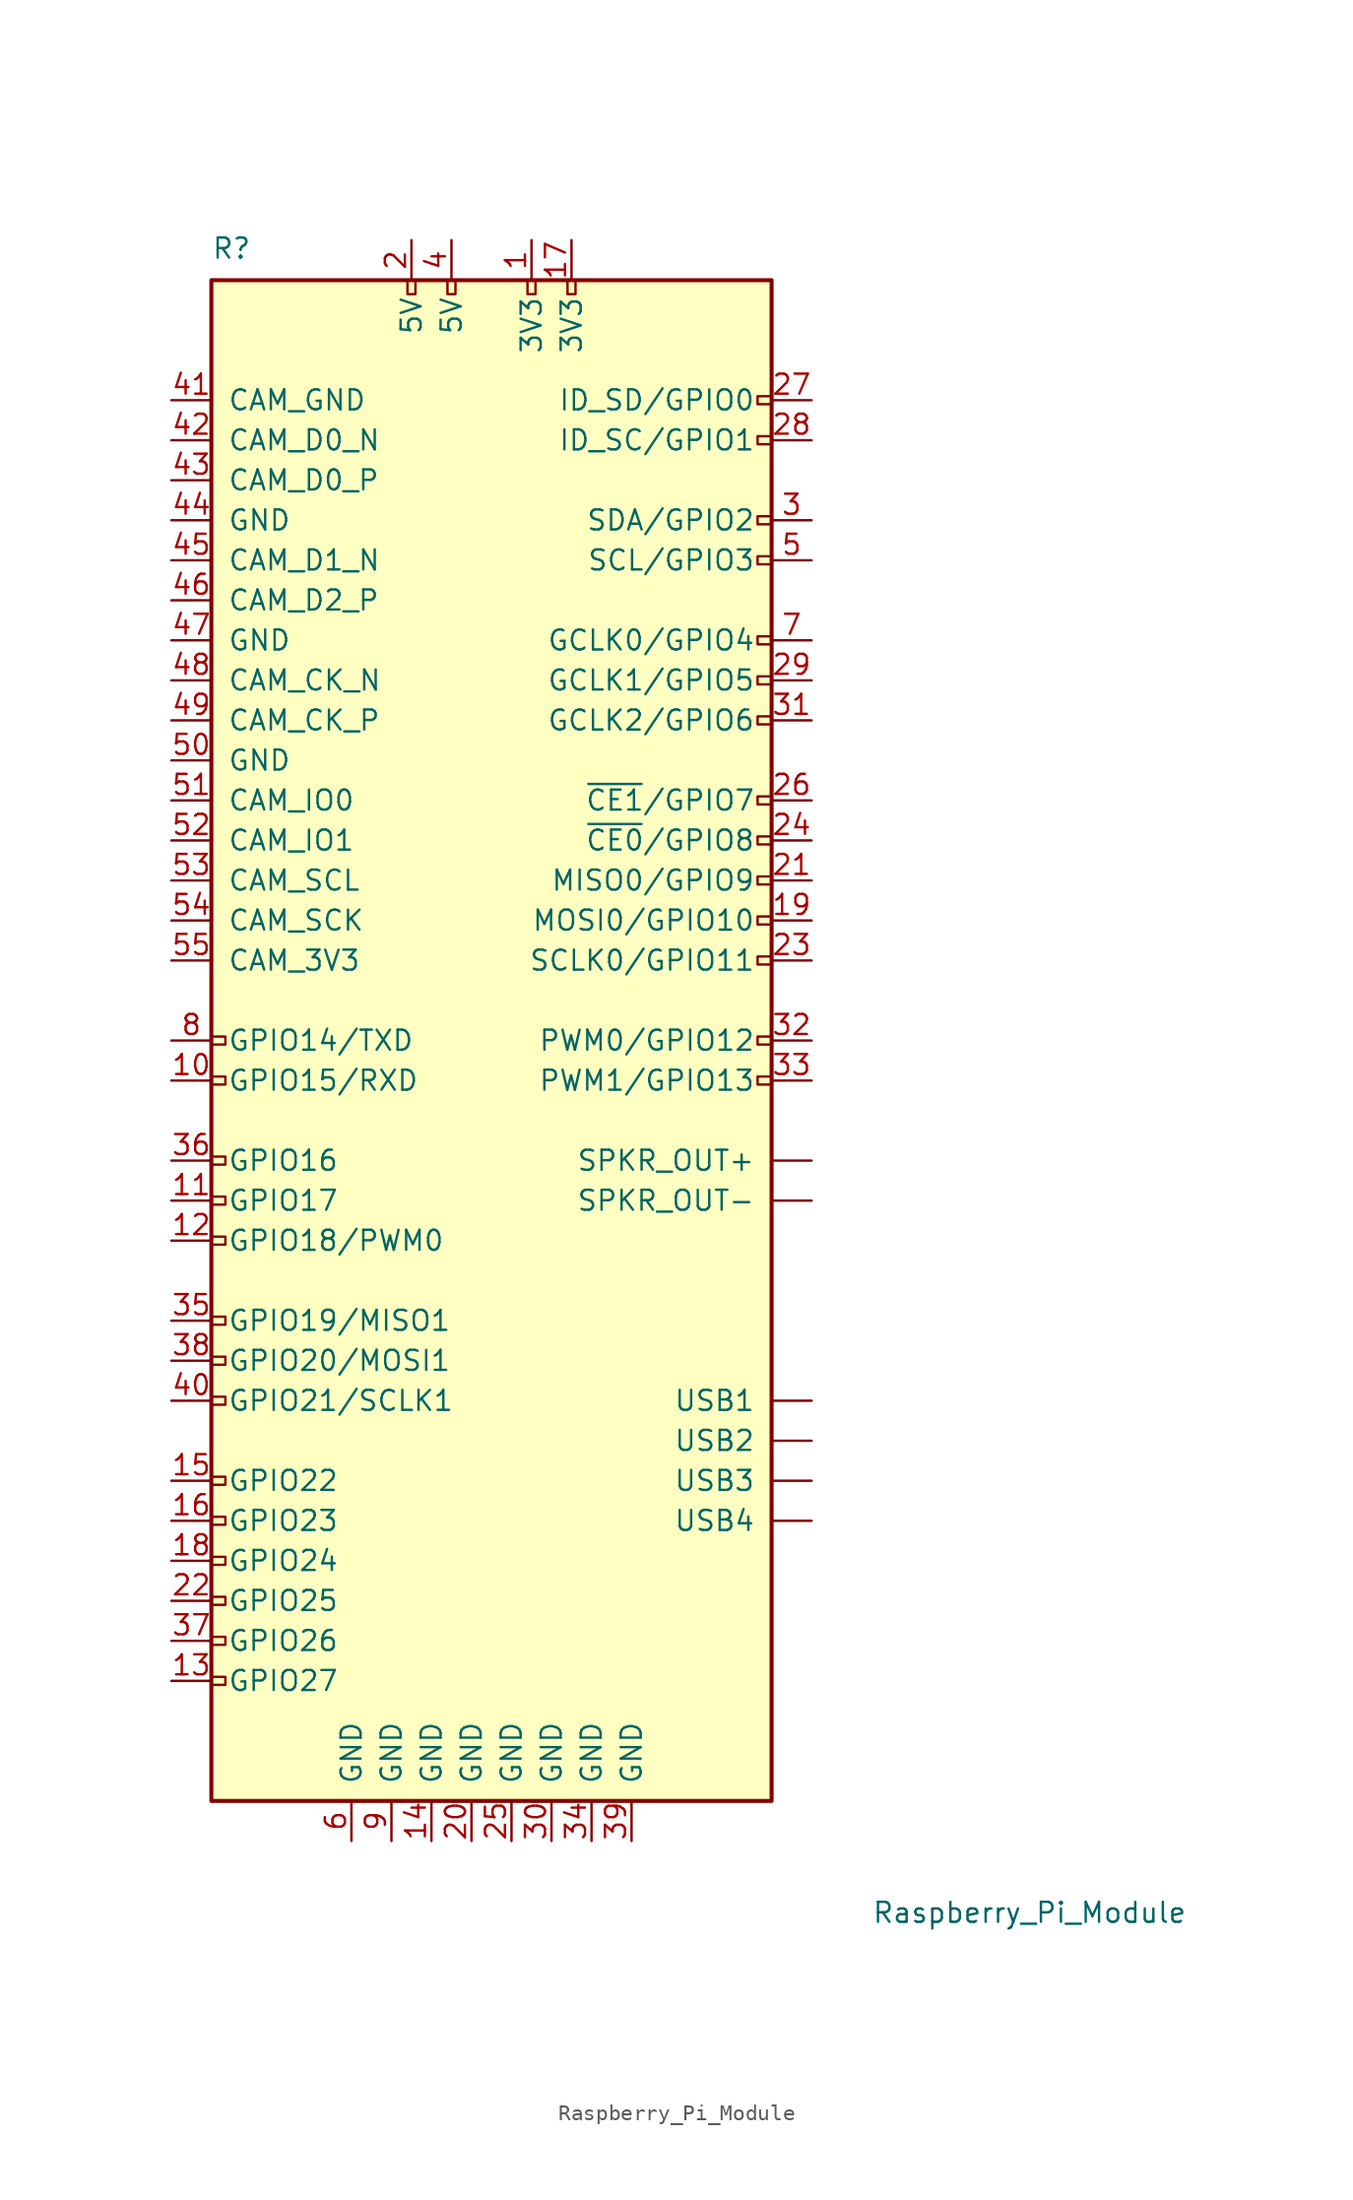
<source format=kicad_sym>
(kicad_symbol_lib
  (version 20211014)
  (generator kicad_symbol_editor)
  (symbol "Raspberry_Pi_Module"
    (pin_names
      (offset 1.016))
    (property "Reference" "R"
      (at -17.78 52.07 0)
      (effects (font (size 1.27 1.27)) (justify left bottom)))
    (property "Value" "Raspberry_Pi_Module"
      (at 24.13 -52.07 0)
      (effects (font (size 1.27 1.27)) (justify left top)))
    (symbol "Raspberry_Pi_Module_0_1"
      (rectangle (start -17.78 50.8) (end 17.78 -45.72) (stroke (width 0.254) (type default) (color 0 0 0 0)) (fill (type background))))
    (symbol "Raspberry_Pi_Module_1_1"
      (rectangle (start -16.891 -37.846) (end -17.78 -38.354) (stroke (width 0) (type default) (color 0 0 0 0)) (fill (type none)))
      (rectangle (start -16.891 -35.306) (end -17.78 -35.814) (stroke (width 0) (type default) (color 0 0 0 0)) (fill (type none)))
      (rectangle (start -16.891 -32.766) (end -17.78 -33.274) (stroke (width 0) (type default) (color 0 0 0 0)) (fill (type none)))
      (rectangle (start -16.891 -30.226) (end -17.78 -30.734) (stroke (width 0) (type default) (color 0 0 0 0)) (fill (type none)))
      (rectangle (start -16.891 -27.686) (end -17.78 -28.194) (stroke (width 0) (type default) (color 0 0 0 0)) (fill (type none)))
      (rectangle (start -16.891 -25.146) (end -17.78 -25.654) (stroke (width 0) (type default) (color 0 0 0 0)) (fill (type none)))
      (rectangle (start -16.891 -20.066) (end -17.78 -20.574) (stroke (width 0) (type default) (color 0 0 0 0)) (fill (type none)))
      (rectangle (start -16.891 -17.526) (end -17.78 -18.034) (stroke (width 0) (type default) (color 0 0 0 0)) (fill (type none)))
      (rectangle (start -16.891 -14.986) (end -17.78 -15.494) (stroke (width 0) (type default) (color 0 0 0 0)) (fill (type none)))
      (rectangle (start -16.891 -9.906) (end -17.78 -10.414) (stroke (width 0) (type default) (color 0 0 0 0)) (fill (type none)))
      (rectangle (start -16.891 -7.366) (end -17.78 -7.874) (stroke (width 0) (type default) (color 0 0 0 0)) (fill (type none)))
      (rectangle (start -16.891 -4.826) (end -17.78 -5.334) (stroke (width 0) (type default) (color 0 0 0 0)) (fill (type none)))
      (rectangle (start -16.891 0.254) (end -17.78 -0.254) (stroke (width 0) (type default) (color 0 0 0 0)) (fill (type none)))
      (rectangle (start -16.891 2.794) (end -17.78 2.286) (stroke (width 0) (type default) (color 0 0 0 0)) (fill (type none)))
      (rectangle (start -5.334 50.8) (end -4.826 49.911) (stroke (width 0) (type default) (color 0 0 0 0)) (fill (type none)))
      (rectangle (start -2.794 50.8) (end -2.286 49.911) (stroke (width 0) (type default) (color 0 0 0 0)) (fill (type none)))
      (rectangle (start 2.286 50.8) (end 2.794 49.911) (stroke (width 0) (type default) (color 0 0 0 0)) (fill (type none)))
      (rectangle (start 4.826 50.8) (end 5.334 49.911) (stroke (width 0) (type default) (color 0 0 0 0)) (fill (type none)))
      (rectangle (start 17.78 0.254) (end 16.891 -0.254) (stroke (width 0) (type default) (color 0 0 0 0)) (fill (type none)))
      (rectangle (start 17.78 2.794) (end 16.891 2.286) (stroke (width 0) (type default) (color 0 0 0 0)) (fill (type none)))
      (rectangle (start 17.78 7.874) (end 16.891 7.366) (stroke (width 0) (type default) (color 0 0 0 0)) (fill (type none)))
      (rectangle (start 17.78 10.414) (end 16.891 9.906) (stroke (width 0) (type default) (color 0 0 0 0)) (fill (type none)))
      (rectangle (start 17.78 12.954) (end 16.891 12.446) (stroke (width 0) (type default) (color 0 0 0 0)) (fill (type none)))
      (rectangle (start 17.78 15.494) (end 16.891 14.986) (stroke (width 0) (type default) (color 0 0 0 0)) (fill (type none)))
      (rectangle (start 17.78 18.034) (end 16.891 17.526) (stroke (width 0) (type default) (color 0 0 0 0)) (fill (type none)))
      (rectangle (start 17.78 23.114) (end 16.891 22.606) (stroke (width 0) (type default) (color 0 0 0 0)) (fill (type none)))
      (rectangle (start 17.78 25.654) (end 16.891 25.146) (stroke (width 0) (type default) (color 0 0 0 0)) (fill (type none)))
      (rectangle (start 17.78 28.194) (end 16.891 27.686) (stroke (width 0) (type default) (color 0 0 0 0)) (fill (type none)))
      (rectangle (start 17.78 33.274) (end 16.891 32.766) (stroke (width 0) (type default) (color 0 0 0 0)) (fill (type none)))
      (rectangle (start 17.78 35.814) (end 16.891 35.306) (stroke (width 0) (type default) (color 0 0 0 0)) (fill (type none)))
      (rectangle (start 17.78 40.894) (end 16.891 40.386) (stroke (width 0) (type default) (color 0 0 0 0)) (fill (type none)))
      (rectangle (start 17.78 43.434) (end 16.891 42.926) (stroke (width 0) (type default) (color 0 0 0 0)) (fill (type none)))
      (pin input line (at 20.32 -5.08 180) (length 2.54) (name "SPKR_OUT+" (effects (font (size 1.27 1.27)))) (number "" (effects (font (size 1.27 1.27)))))
      (pin input line (at 20.32 -7.62 180) (length 2.54) (name "SPKR_OUT-" (effects (font (size 1.27 1.27)))) (number "" (effects (font (size 1.27 1.27)))))
      (pin input line (at 20.32 -20.32 180) (length 2.54) (name "USB1" (effects (font (size 1.27 1.27)))) (number "" (effects (font (size 1.27 1.27)))))
      (pin input line (at 20.32 -22.86 180) (length 2.54) (name "USB2" (effects (font (size 1.27 1.27)))) (number "" (effects (font (size 1.27 1.27)))))
      (pin input line (at 20.32 -25.4 180) (length 2.54) (name "USB3" (effects (font (size 1.27 1.27)))) (number "" (effects (font (size 1.27 1.27)))))
      (pin input line (at 20.32 -27.94 180) (length 2.54) (name "USB4" (effects (font (size 1.27 1.27)))) (number "" (effects (font (size 1.27 1.27)))))
      (pin power_in line (at 2.54 53.34 270) (length 2.54) (name "3V3" (effects (font (size 1.27 1.27)))) (number "1" (effects (font (size 1.27 1.27)))))
      (pin bidirectional line (at -20.32 0 0) (length 2.54) (name "GPIO15/RXD" (effects (font (size 1.27 1.27)))) (number "10" (effects (font (size 1.27 1.27)))))
      (pin bidirectional line (at -20.32 -7.62 0) (length 2.54) (name "GPIO17" (effects (font (size 1.27 1.27)))) (number "11" (effects (font (size 1.27 1.27)))))
      (pin bidirectional line (at -20.32 -10.16 0) (length 2.54) (name "GPIO18/PWM0" (effects (font (size 1.27 1.27)))) (number "12" (effects (font (size 1.27 1.27)))))
      (pin bidirectional line (at -20.32 -38.1 0) (length 2.54) (name "GPIO27" (effects (font (size 1.27 1.27)))) (number "13" (effects (font (size 1.27 1.27)))))
      (pin power_in line (at -3.81 -48.26 90) (length 2.54) (name "GND" (effects (font (size 1.27 1.27)))) (number "14" (effects (font (size 1.27 1.27)))))
      (pin bidirectional line (at -20.32 -25.4 0) (length 2.54) (name "GPIO22" (effects (font (size 1.27 1.27)))) (number "15" (effects (font (size 1.27 1.27)))))
      (pin bidirectional line (at -20.32 -27.94 0) (length 2.54) (name "GPIO23" (effects (font (size 1.27 1.27)))) (number "16" (effects (font (size 1.27 1.27)))))
      (pin power_in line (at 5.08 53.34 270) (length 2.54) (name "3V3" (effects (font (size 1.27 1.27)))) (number "17" (effects (font (size 1.27 1.27)))))
      (pin bidirectional line (at -20.32 -30.48 0) (length 2.54) (name "GPIO24" (effects (font (size 1.27 1.27)))) (number "18" (effects (font (size 1.27 1.27)))))
      (pin bidirectional line (at 20.32 10.16 180) (length 2.54) (name "MOSI0/GPIO10" (effects (font (size 1.27 1.27)))) (number "19" (effects (font (size 1.27 1.27)))))
      (pin power_in line (at -5.08 53.34 270) (length 2.54) (name "5V" (effects (font (size 1.27 1.27)))) (number "2" (effects (font (size 1.27 1.27)))))
      (pin power_in line (at -1.27 -48.26 90) (length 2.54) (name "GND" (effects (font (size 1.27 1.27)))) (number "20" (effects (font (size 1.27 1.27)))))
      (pin bidirectional line (at 20.32 12.7 180) (length 2.54) (name "MISO0/GPIO9" (effects (font (size 1.27 1.27)))) (number "21" (effects (font (size 1.27 1.27)))))
      (pin bidirectional line (at -20.32 -33.02 0) (length 2.54) (name "GPIO25" (effects (font (size 1.27 1.27)))) (number "22" (effects (font (size 1.27 1.27)))))
      (pin bidirectional line (at 20.32 7.62 180) (length 2.54) (name "SCLK0/GPIO11" (effects (font (size 1.27 1.27)))) (number "23" (effects (font (size 1.27 1.27)))))
      (pin bidirectional line (at 20.32 15.24 180) (length 2.54) (name "~{CE0}/GPIO8" (effects (font (size 1.27 1.27)))) (number "24" (effects (font (size 1.27 1.27)))))
      (pin power_in line (at 1.27 -48.26 90) (length 2.54) (name "GND" (effects (font (size 1.27 1.27)))) (number "25" (effects (font (size 1.27 1.27)))))
      (pin bidirectional line (at 20.32 17.78 180) (length 2.54) (name "~{CE1}/GPIO7" (effects (font (size 1.27 1.27)))) (number "26" (effects (font (size 1.27 1.27)))))
      (pin bidirectional line (at 20.32 43.18 180) (length 2.54) (name "ID_SD/GPIO0" (effects (font (size 1.27 1.27)))) (number "27" (effects (font (size 1.27 1.27)))))
      (pin bidirectional line (at 20.32 40.64 180) (length 2.54) (name "ID_SC/GPIO1" (effects (font (size 1.27 1.27)))) (number "28" (effects (font (size 1.27 1.27)))))
      (pin bidirectional line (at 20.32 25.4 180) (length 2.54) (name "GCLK1/GPIO5" (effects (font (size 1.27 1.27)))) (number "29" (effects (font (size 1.27 1.27)))))
      (pin bidirectional line (at 20.32 35.56 180) (length 2.54) (name "SDA/GPIO2" (effects (font (size 1.27 1.27)))) (number "3" (effects (font (size 1.27 1.27)))))
      (pin power_in line (at 3.81 -48.26 90) (length 2.54) (name "GND" (effects (font (size 1.27 1.27)))) (number "30" (effects (font (size 1.27 1.27)))))
      (pin bidirectional line (at 20.32 22.86 180) (length 2.54) (name "GCLK2/GPIO6" (effects (font (size 1.27 1.27)))) (number "31" (effects (font (size 1.27 1.27)))))
      (pin bidirectional line (at 20.32 2.54 180) (length 2.54) (name "PWM0/GPIO12" (effects (font (size 1.27 1.27)))) (number "32" (effects (font (size 1.27 1.27)))))
      (pin bidirectional line (at 20.32 0 180) (length 2.54) (name "PWM1/GPIO13" (effects (font (size 1.27 1.27)))) (number "33" (effects (font (size 1.27 1.27)))))
      (pin power_in line (at 6.35 -48.26 90) (length 2.54) (name "GND" (effects (font (size 1.27 1.27)))) (number "34" (effects (font (size 1.27 1.27)))))
      (pin bidirectional line (at -20.32 -15.24 0) (length 2.54) (name "GPIO19/MISO1" (effects (font (size 1.27 1.27)))) (number "35" (effects (font (size 1.27 1.27)))))
      (pin bidirectional line (at -20.32 -5.08 0) (length 2.54) (name "GPIO16" (effects (font (size 1.27 1.27)))) (number "36" (effects (font (size 1.27 1.27)))))
      (pin bidirectional line (at -20.32 -35.56 0) (length 2.54) (name "GPIO26" (effects (font (size 1.27 1.27)))) (number "37" (effects (font (size 1.27 1.27)))))
      (pin bidirectional line (at -20.32 -17.78 0) (length 2.54) (name "GPIO20/MOSI1" (effects (font (size 1.27 1.27)))) (number "38" (effects (font (size 1.27 1.27)))))
      (pin power_in line (at 8.89 -48.26 90) (length 2.54) (name "GND" (effects (font (size 1.27 1.27)))) (number "39" (effects (font (size 1.27 1.27)))))
      (pin power_in line (at -2.54 53.34 270) (length 2.54) (name "5V" (effects (font (size 1.27 1.27)))) (number "4" (effects (font (size 1.27 1.27)))))
      (pin bidirectional line (at -20.32 -20.32 0) (length 2.54) (name "GPIO21/SCLK1" (effects (font (size 1.27 1.27)))) (number "40" (effects (font (size 1.27 1.27)))))
      (pin input line (at -20.32 43.18 0) (length 2.54) (name "CAM_GND" (effects (font (size 1.27 1.27)))) (number "41" (effects (font (size 1.27 1.27)))))
      (pin input line (at -20.32 40.64 0) (length 2.54) (name "CAM_D0_N" (effects (font (size 1.27 1.27)))) (number "42" (effects (font (size 1.27 1.27)))))
      (pin input line (at -20.32 38.1 0) (length 2.54) (name "CAM_D0_P" (effects (font (size 1.27 1.27)))) (number "43" (effects (font (size 1.27 1.27)))))
      (pin input line (at -20.32 35.56 0) (length 2.54) (name "GND" (effects (font (size 1.27 1.27)))) (number "44" (effects (font (size 1.27 1.27)))))
      (pin input line (at -20.32 33.02 0) (length 2.54) (name "CAM_D1_N" (effects (font (size 1.27 1.27)))) (number "45" (effects (font (size 1.27 1.27)))))
      (pin input line (at -20.32 30.48 0) (length 2.54) (name "CAM_D2_P" (effects (font (size 1.27 1.27)))) (number "46" (effects (font (size 1.27 1.27)))))
      (pin input line (at -20.32 27.94 0) (length 2.54) (name "GND" (effects (font (size 1.27 1.27)))) (number "47" (effects (font (size 1.27 1.27)))))
      (pin input line (at -20.32 25.4 0) (length 2.54) (name "CAM_CK_N" (effects (font (size 1.27 1.27)))) (number "48" (effects (font (size 1.27 1.27)))))
      (pin input line (at -20.32 22.86 0) (length 2.54) (name "CAM_CK_P" (effects (font (size 1.27 1.27)))) (number "49" (effects (font (size 1.27 1.27)))))
      (pin bidirectional line (at 20.32 33.02 180) (length 2.54) (name "SCL/GPIO3" (effects (font (size 1.27 1.27)))) (number "5" (effects (font (size 1.27 1.27)))))
      (pin input line (at -20.32 20.32 0) (length 2.54) (name "GND" (effects (font (size 1.27 1.27)))) (number "50" (effects (font (size 1.27 1.27)))))
      (pin input line (at -20.32 17.78 0) (length 2.54) (name "CAM_IO0" (effects (font (size 1.27 1.27)))) (number "51" (effects (font (size 1.27 1.27)))))
      (pin input line (at -20.32 15.24 0) (length 2.54) (name "CAM_IO1" (effects (font (size 1.27 1.27)))) (number "52" (effects (font (size 1.27 1.27)))))
      (pin input line (at -20.32 12.7 0) (length 2.54) (name "CAM_SCL" (effects (font (size 1.27 1.27)))) (number "53" (effects (font (size 1.27 1.27)))))
      (pin input line (at -20.32 10.16 0) (length 2.54) (name "CAM_SCK" (effects (font (size 1.27 1.27)))) (number "54" (effects (font (size 1.27 1.27)))))
      (pin input line (at -20.32 7.62 0) (length 2.54) (name "CAM_3V3" (effects (font (size 1.27 1.27)))) (number "55" (effects (font (size 1.27 1.27)))))
      (pin power_in line (at -8.89 -48.26 90) (length 2.54) (name "GND" (effects (font (size 1.27 1.27)))) (number "6" (effects (font (size 1.27 1.27)))))
      (pin bidirectional line (at 20.32 27.94 180) (length 2.54) (name "GCLK0/GPIO4" (effects (font (size 1.27 1.27)))) (number "7" (effects (font (size 1.27 1.27)))))
      (pin bidirectional line (at -20.32 2.54 0) (length 2.54) (name "GPIO14/TXD" (effects (font (size 1.27 1.27)))) (number "8" (effects (font (size 1.27 1.27)))))
      (pin power_in line (at -6.35 -48.26 90) (length 2.54) (name "GND" (effects (font (size 1.27 1.27)))) (number "9" (effects (font (size 1.27 1.27))))))))
</source>
